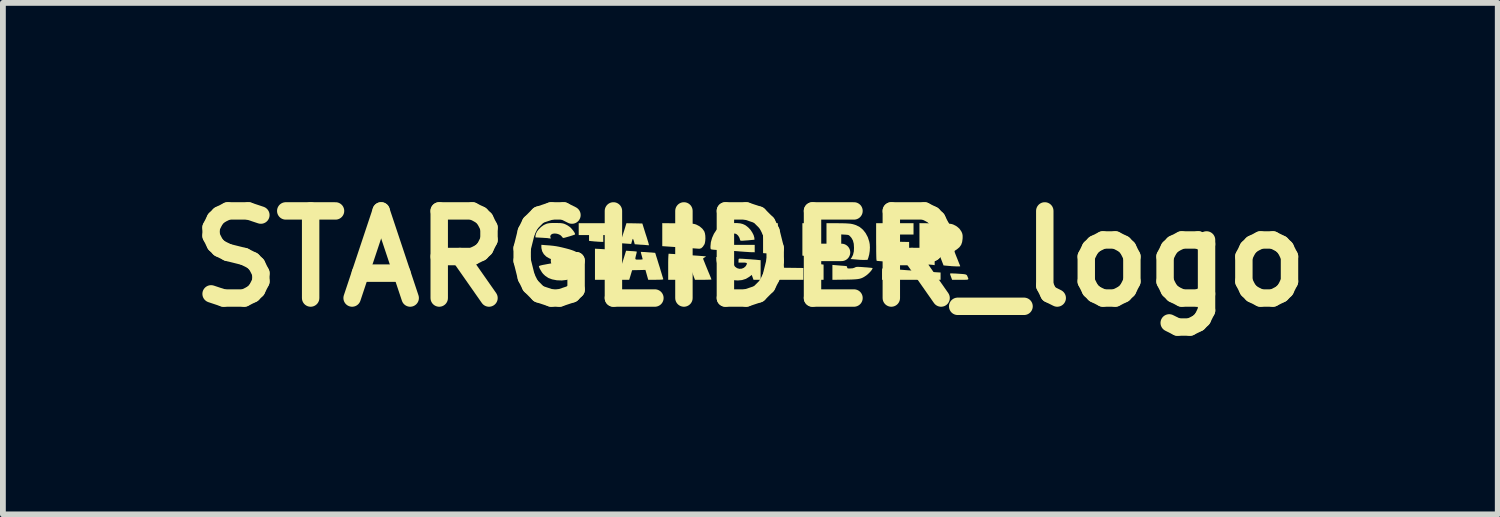
<source format=kicad_pcb>
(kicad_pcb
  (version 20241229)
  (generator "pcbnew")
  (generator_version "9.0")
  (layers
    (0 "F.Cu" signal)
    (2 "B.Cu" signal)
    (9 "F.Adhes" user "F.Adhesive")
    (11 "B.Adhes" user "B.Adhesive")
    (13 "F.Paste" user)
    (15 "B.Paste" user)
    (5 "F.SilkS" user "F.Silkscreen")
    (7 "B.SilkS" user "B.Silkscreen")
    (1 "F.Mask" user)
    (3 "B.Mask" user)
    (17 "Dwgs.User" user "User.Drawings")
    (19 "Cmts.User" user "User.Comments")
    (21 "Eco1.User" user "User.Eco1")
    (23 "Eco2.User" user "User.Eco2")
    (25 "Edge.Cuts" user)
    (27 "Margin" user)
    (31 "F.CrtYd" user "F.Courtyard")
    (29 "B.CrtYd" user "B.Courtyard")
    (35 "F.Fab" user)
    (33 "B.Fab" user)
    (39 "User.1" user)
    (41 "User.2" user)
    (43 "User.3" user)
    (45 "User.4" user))
  (footprint "STARGLIDER_logo"
    (layer "F.Cu")
    (at 9.871 1.404)
    (property "Reference" "STARGLIDER_logo" (at 0 0 0) (layer "F.SilkS") (effects (font (size 1.5 1.5) (thickness 0.3))))
    (attr board_only exclude_from_pos_files exclude_from_bom)
    (fp_poly (pts (xy 1.103 0.088) (xy 1.146 0.091) (xy 1.185 0.094) (xy 1.216 0.097) (xy 1.234 0.099) (xy 1.262 0.103) (xy 1.262 0.234) (xy 1.262 0.364) (xy 1.13 0.364) (xy 0.999 0.364) (xy 0.999 0.223) (xy 0.999 0.082)) (stroke (width 0) (type solid)) (fill yes) (layer "F.SilkS"))
    (fp_poly (pts (xy 3.063 0.223) (xy 3.094 0.226) (xy 3.135 0.229) (xy 3.178 0.233) (xy 3.194 0.234) (xy 3.277 0.239) (xy 3.277 0.302) (xy 3.277 0.364) (xy 3.145 0.364) (xy 3.014 0.364) (xy 3.014 0.291) (xy 3.014 0.218)) (stroke (width 0) (type solid)) (fill yes) (layer "F.SilkS"))
    (fp_poly (pts (xy 1.16 -0.322) (xy 1.16 -0.034) (xy 1.111 -0.035) (xy 1.073 -0.037) (xy 1.032 -0.039) (xy 1.016 -0.04) (xy 0.981 -0.042) (xy 0.947 -0.045) (xy 0.933 -0.047) (xy 0.897 -0.052) (xy 0.897 -0.331) (xy 0.897 -0.61) (xy 1.029 -0.61) (xy 1.16 -0.61)) (stroke (width 0) (type solid)) (fill yes) (layer "F.SilkS"))
    (fp_poly (pts (xy 0.37 0.037) (xy 0.402 0.04) (xy 0.443 0.043) (xy 0.486 0.046) (xy 0.497 0.047) (xy 0.575 0.053) (xy 0.577 0.105) (xy 0.58 0.157) (xy 0.747 0.159) (xy 0.914 0.161) (xy 0.914 0.263) (xy 0.914 0.364) (xy 0.618 0.364) (xy 0.322 0.364) (xy 0.322 0.198) (xy 0.322 0.032)) (stroke (width 0) (type solid)) (fill yes) (layer "F.SilkS"))
    (fp_poly (pts (xy -2.559 -0.165) (xy -2.516 -0.162) (xy -2.479 -0.16) (xy -2.452 -0.158) (xy -2.438 -0.156) (xy -2.436 -0.155) (xy -2.435 -0.146) (xy -2.433 -0.122) (xy -2.432 -0.085) (xy -2.431 -0.038) (xy -2.43 0.018) (xy -2.43 0.08) (xy -2.43 0.106) (xy -2.43 0.364) (xy -2.553 0.364) (xy -2.675 0.364) (xy -2.675 0.096) (xy -2.675 -0.171)) (stroke (width 0) (type solid)) (fill yes) (layer "F.SilkS"))
    (fp_poly (pts (xy 0.076 -0.174) (xy 0.076 -0.11) (xy 0.019 -0.111) (xy -0.01 -0.112) (xy -0.052 -0.115) (xy -0.1 -0.118) (xy -0.151 -0.122) (xy -0.169 -0.123) (xy -0.214 -0.127) (xy -0.253 -0.13) (xy -0.282 -0.132) (xy -0.3 -0.134) (xy -0.303 -0.134) (xy -0.304 -0.143) (xy -0.305 -0.163) (xy -0.305 -0.186) (xy -0.305 -0.237) (xy -0.114 -0.237) (xy 0.076 -0.237)) (stroke (width 0) (type solid)) (fill yes) (layer "F.SilkS"))
    (fp_poly (pts (xy 0.474 -0.343) (xy 0.474 -0.269) (xy 0.474 -0.209) (xy 0.473 -0.164) (xy 0.473 -0.13) (xy 0.471 -0.106) (xy 0.469 -0.091) (xy 0.467 -0.082) (xy 0.464 -0.078) (xy 0.46 -0.077) (xy 0.459 -0.078) (xy 0.446 -0.079) (xy 0.419 -0.081) (xy 0.382 -0.083) (xy 0.34 -0.086) (xy 0.332 -0.087) (xy 0.22 -0.095) (xy 0.22 -0.352) (xy 0.22 -0.61) (xy 0.347 -0.61) (xy 0.474 -0.61)) (stroke (width 0) (type solid)) (fill yes) (layer "F.SilkS"))
    (fp_poly (pts (xy -2.354 -0.508) (xy -2.354 -0.406) (xy -2.443 -0.406) (xy -2.532 -0.406) (xy -2.532 -0.347) (xy -2.532 -0.288) (xy -2.572 -0.289) (xy -2.607 -0.291) (xy -2.643 -0.293) (xy -2.65 -0.294) (xy -2.683 -0.296) (xy -2.719 -0.3) (xy -2.733 -0.301) (xy -2.777 -0.306) (xy -2.777 -0.356) (xy -2.777 -0.406) (xy -2.866 -0.406) (xy -2.955 -0.406) (xy -2.955 -0.508) (xy -2.955 -0.61) (xy -2.654 -0.61) (xy -2.354 -0.61)) (stroke (width 0) (type solid)) (fill yes) (layer "F.SilkS"))
    (fp_poly (pts (xy 2.281 0.17) (xy 2.304 0.172) (xy 2.341 0.174) (xy 2.389 0.177) (xy 2.446 0.181) (xy 2.511 0.186) (xy 2.574 0.19) (xy 2.645 0.195) (xy 2.71 0.2) (xy 2.769 0.204) (xy 2.819 0.207) (xy 2.857 0.21) (xy 2.883 0.211) (xy 2.893 0.212) (xy 2.903 0.213) (xy 2.908 0.217) (xy 2.911 0.229) (xy 2.912 0.252) (xy 2.913 0.288) (xy 2.913 0.364) (xy 2.591 0.364) (xy 2.269 0.364) (xy 2.269 0.267) (xy 2.269 0.228) (xy 2.27 0.197) (xy 2.271 0.176) (xy 2.272 0.169)) (stroke (width 0) (type solid)) (fill yes) (layer "F.SilkS"))
    (fp_poly (pts (xy 3.493 0.255) (xy 3.537 0.257) (xy 3.54 0.257) (xy 3.6 0.261) (xy 3.646 0.264) (xy 3.679 0.267) (xy 3.703 0.271) (xy 3.718 0.277) (xy 3.728 0.284) (xy 3.734 0.293) (xy 3.737 0.3) (xy 3.747 0.324) (xy 3.754 0.34) (xy 3.754 0.352) (xy 3.748 0.359) (xy 3.731 0.363) (xy 3.703 0.364) (xy 3.662 0.364) (xy 3.618 0.364) (xy 3.475 0.364) (xy 3.459 0.32) (xy 3.449 0.293) (xy 3.442 0.271) (xy 3.439 0.263) (xy 3.44 0.258) (xy 3.447 0.256) (xy 3.464 0.254)) (stroke (width 0) (type solid)) (fill yes) (layer "F.SilkS"))
    (fp_poly (pts (xy -1.996 -0.608) (xy -1.859 -0.605) (xy -1.802 -0.423) (xy -1.782 -0.362) (xy -1.768 -0.315) (xy -1.757 -0.281) (xy -1.751 -0.257) (xy -1.747 -0.242) (xy -1.746 -0.234) (xy -1.747 -0.23) (xy -1.749 -0.23) (xy -1.75 -0.23) (xy -1.761 -0.231) (xy -1.785 -0.233) (xy -1.819 -0.236) (xy -1.861 -0.239) (xy -1.874 -0.239) (xy -1.99 -0.248) (xy -2.004 -0.298) (xy -2.012 -0.323) (xy -2.019 -0.338) (xy -2.024 -0.341) (xy -2.029 -0.33) (xy -2.036 -0.308) (xy -2.04 -0.294) (xy -2.051 -0.253) (xy -2.141 -0.259) (xy -2.178 -0.262) (xy -2.209 -0.264) (xy -2.229 -0.267) (xy -2.235 -0.268) (xy -2.236 -0.27) (xy -2.235 -0.275) (xy -2.233 -0.285) (xy -2.229 -0.301) (xy -2.221 -0.326) (xy -2.211 -0.361) (xy -2.196 -0.408) (xy -2.177 -0.468) (xy -2.17 -0.489) (xy -2.133 -0.61)) (stroke (width 0) (type solid)) (fill yes) (layer "F.SilkS"))
    (fp_poly (pts (xy 2.811 -0.512) (xy 2.811 -0.415) (xy 2.616 -0.415) (xy 2.421 -0.415) (xy 2.423 -0.353) (xy 2.426 -0.292) (xy 2.58 -0.29) (xy 2.735 -0.287) (xy 2.735 -0.195) (xy 2.735 -0.102) (xy 2.578 -0.102) (xy 2.421 -0.102) (xy 2.421 -0.034) (xy 2.421 0.034) (xy 2.616 0.034) (xy 2.811 0.034) (xy 2.811 0.059) (xy 2.809 0.077) (xy 2.8 0.083) (xy 2.792 0.084) (xy 2.779 0.083) (xy 2.752 0.081) (xy 2.711 0.078) (xy 2.661 0.074) (xy 2.601 0.07) (xy 2.535 0.066) (xy 2.481 0.062) (xy 2.412 0.057) (xy 2.348 0.052) (xy 2.292 0.048) (xy 2.244 0.044) (xy 2.208 0.041) (xy 2.185 0.039) (xy 2.178 0.038) (xy 2.175 0.033) (xy 2.173 0.021) (xy 2.171 -0.001) (xy 2.17 -0.033) (xy 2.169 -0.078) (xy 2.168 -0.135) (xy 2.168 -0.207) (xy 2.167 -0.288) (xy 2.167 -0.61) (xy 2.489 -0.61) (xy 2.811 -0.61)) (stroke (width 0) (type solid)) (fill yes) (layer "F.SilkS"))
    (fp_poly (pts (xy 1.471 0.113) (xy 1.509 0.116) (xy 1.554 0.12) (xy 1.597 0.123) (xy 1.598 0.123) (xy 1.632 0.126) (xy 1.653 0.129) (xy 1.664 0.134) (xy 1.667 0.141) (xy 1.668 0.149) (xy 1.669 0.16) (xy 1.675 0.166) (xy 1.69 0.169) (xy 1.717 0.169) (xy 1.721 0.169) (xy 1.765 0.166) (xy 1.797 0.155) (xy 1.799 0.154) (xy 1.81 0.148) (xy 1.822 0.144) (xy 1.838 0.142) (xy 1.861 0.142) (xy 1.894 0.143) (xy 1.939 0.146) (xy 1.962 0.148) (xy 2.008 0.151) (xy 2.049 0.155) (xy 2.08 0.158) (xy 2.1 0.161) (xy 2.105 0.163) (xy 2.104 0.173) (xy 2.093 0.192) (xy 2.075 0.216) (xy 2.051 0.242) (xy 2.025 0.267) (xy 1.998 0.289) (xy 1.989 0.295) (xy 1.962 0.313) (xy 1.937 0.327) (xy 1.911 0.338) (xy 1.884 0.346) (xy 1.852 0.352) (xy 1.812 0.356) (xy 1.762 0.359) (xy 1.701 0.361) (xy 1.632 0.362) (xy 1.414 0.365) (xy 1.414 0.237) (xy 1.414 0.108)) (stroke (width 0) (type solid)) (fill yes) (layer "F.SilkS"))
    (fp_poly (pts (xy -1.247 -0.608) (xy -1.172 -0.607) (xy -1.112 -0.606) (xy -1.064 -0.605) (xy -1.028 -0.604) (xy -1 -0.602) (xy -0.979 -0.599) (xy -0.962 -0.596) (xy -0.947 -0.592) (xy -0.933 -0.587) (xy -0.928 -0.585) (xy -0.873 -0.556) (xy -0.827 -0.517) (xy -0.793 -0.471) (xy -0.793 -0.47) (xy -0.782 -0.439) (xy -0.775 -0.397) (xy -0.773 -0.35) (xy -0.776 -0.304) (xy -0.783 -0.265) (xy -0.79 -0.246) (xy -0.817 -0.205) (xy -0.845 -0.179) (xy -0.873 -0.171) (xy -0.876 -0.171) (xy -0.89 -0.171) (xy -0.919 -0.173) (xy -0.961 -0.176) (xy -1.013 -0.18) (xy -1.074 -0.184) (xy -1.141 -0.189) (xy -1.209 -0.194) (xy -1.516 -0.215) (xy -1.516 -0.346) (xy -1.253 -0.346) (xy -1.253 -0.26) (xy -1.179 -0.264) (xy -1.137 -0.268) (xy -1.102 -0.274) (xy -1.079 -0.282) (xy -1.078 -0.282) (xy -1.055 -0.298) (xy -1.044 -0.318) (xy -1.041 -0.348) (xy -1.047 -0.381) (xy -1.063 -0.405) (xy -1.092 -0.42) (xy -1.134 -0.429) (xy -1.185 -0.432) (xy -1.253 -0.432) (xy -1.253 -0.346) (xy -1.516 -0.346) (xy -1.516 -0.413) (xy -1.516 -0.611)) (stroke (width 0) (type solid)) (fill yes) (layer "F.SilkS"))
    (fp_poly (pts (xy -0.493 -0.022) (xy -0.45 -0.019) (xy -0.408 -0.016) (xy -0.374 -0.013) (xy -0.359 -0.012) (xy -0.316 -0.007) (xy -0.306 0.045) (xy -0.29 0.098) (xy -0.264 0.138) (xy -0.228 0.164) (xy -0.189 0.175) (xy -0.148 0.173) (xy -0.111 0.158) (xy -0.081 0.132) (xy -0.075 0.123) (xy -0.062 0.099) (xy -0.058 0.083) (xy -0.066 0.074) (xy -0.088 0.069) (xy -0.124 0.068) (xy -0.131 0.068) (xy -0.203 0.068) (xy -0.203 0.034) (xy -0.202 0.012) (xy -0.196 0.002) (xy -0.184 0.000034) (xy -0.167 0.001) (xy -0.137 0.002) (xy -0.098 0.005) (xy -0.052 0.008) (xy -0.004 0.011) (xy 0.043 0.015) (xy 0.085 0.018) (xy 0.118 0.021) (xy 0.125 0.022) (xy 0.178 0.027) (xy 0.178 0.195) (xy 0.178 0.364) (xy 0.116 0.364) (xy 0.055 0.364) (xy 0.04 0.322) (xy 0.025 0.28) (xy -0.017 0.313) (xy -0.075 0.348) (xy -0.142 0.369) (xy -0.215 0.376) (xy -0.274 0.372) (xy -0.343 0.354) (xy -0.407 0.321) (xy -0.465 0.277) (xy -0.512 0.224) (xy -0.536 0.185) (xy -0.556 0.137) (xy -0.572 0.086) (xy -0.582 0.037) (xy -0.584 0.006) (xy -0.584 -0.028)) (stroke (width 0) (type solid)) (fill yes) (layer "F.SilkS"))
    (fp_poly (pts (xy -0.223 -0.612) (xy -0.172 -0.607) (xy -0.129 -0.596) (xy -0.092 -0.579) (xy -0.057 -0.555) (xy -0.03 -0.532) (xy 0.005 -0.494) (xy 0.034 -0.45) (xy 0.057 -0.405) (xy 0.069 -0.363) (xy 0.07 -0.355) (xy 0.072 -0.326) (xy -0.042 -0.315) (xy -0.085 -0.312) (xy -0.122 -0.309) (xy -0.149 -0.308) (xy -0.165 -0.308) (xy -0.166 -0.308) (xy -0.174 -0.318) (xy -0.181 -0.338) (xy -0.181 -0.342) (xy -0.191 -0.367) (xy -0.208 -0.394) (xy -0.215 -0.402) (xy -0.235 -0.42) (xy -0.253 -0.429) (xy -0.277 -0.432) (xy -0.286 -0.432) (xy -0.326 -0.426) (xy -0.357 -0.409) (xy -0.381 -0.38) (xy -0.398 -0.336) (xy -0.409 -0.279) (xy -0.413 -0.231) (xy -0.417 -0.144) (xy -0.473 -0.146) (xy -0.513 -0.147) (xy -0.556 -0.149) (xy -0.58 -0.15) (xy -0.613 -0.152) (xy -0.644 -0.155) (xy -0.658 -0.157) (xy -0.674 -0.16) (xy -0.682 -0.167) (xy -0.685 -0.18) (xy -0.686 -0.206) (xy -0.686 -0.21) (xy -0.679 -0.284) (xy -0.658 -0.358) (xy -0.626 -0.429) (xy -0.585 -0.491) (xy -0.551 -0.528) (xy -0.514 -0.559) (xy -0.478 -0.582) (xy -0.441 -0.598) (xy -0.398 -0.607) (xy -0.345 -0.612) (xy -0.288 -0.613)) (stroke (width 0) (type solid)) (fill yes) (layer "F.SilkS"))
    (fp_poly (pts (xy -3.308 -0.613) (xy -3.271 -0.612) (xy -3.244 -0.609) (xy -3.222 -0.605) (xy -3.2 -0.598) (xy -3.188 -0.593) (xy -3.15 -0.574) (xy -3.112 -0.548) (xy -3.096 -0.535) (xy -3.072 -0.509) (xy -3.05 -0.482) (xy -3.032 -0.456) (xy -3.02 -0.434) (xy -3.017 -0.419) (xy -3.018 -0.417) (xy -3.028 -0.412) (xy -3.051 -0.404) (xy -3.081 -0.394) (xy -3.116 -0.383) (xy -3.152 -0.373) (xy -3.183 -0.364) (xy -3.207 -0.358) (xy -3.218 -0.356) (xy -3.232 -0.362) (xy -3.242 -0.376) (xy -3.263 -0.399) (xy -3.293 -0.417) (xy -3.33 -0.429) (xy -3.368 -0.433) (xy -3.402 -0.429) (xy -3.427 -0.416) (xy -3.429 -0.415) (xy -3.444 -0.392) (xy -3.444 -0.37) (xy -3.436 -0.357) (xy -3.432 -0.35) (xy -3.442 -0.348) (xy -3.446 -0.348) (xy -3.466 -0.349) (xy -3.476 -0.351) (xy -3.487 -0.353) (xy -3.512 -0.355) (xy -3.546 -0.357) (xy -3.587 -0.36) (xy -3.592 -0.36) (xy -3.7 -0.366) (xy -3.7 -0.388) (xy -3.692 -0.427) (xy -3.672 -0.469) (xy -3.64 -0.51) (xy -3.601 -0.547) (xy -3.558 -0.578) (xy -3.526 -0.593) (xy -3.504 -0.602) (xy -3.482 -0.607) (xy -3.458 -0.611) (xy -3.427 -0.613) (xy -3.385 -0.614) (xy -3.357 -0.614)) (stroke (width 0) (type solid)) (fill yes) (layer "F.SilkS"))
    (fp_poly (pts (xy -1.392 -0.084) (xy -1.365 -0.082) (xy -1.326 -0.08) (xy -1.278 -0.077) (xy -1.222 -0.073) (xy -1.162 -0.069) (xy -1.098 -0.064) (xy -1.035 -0.06) (xy -0.973 -0.055) (xy -0.915 -0.051) (xy -0.863 -0.047) (xy -0.82 -0.044) (xy -0.789 -0.041) (xy -0.77 -0.04) (xy -0.766 -0.039) (xy -0.767 -0.034) (xy -0.78 -0.025) (xy -0.785 -0.022) (xy -0.803 -0.011) (xy -0.813 -0.001) (xy -0.813 0.000183) (xy -0.81 0.01) (xy -0.801 0.033) (xy -0.787 0.067) (xy -0.77 0.11) (xy -0.75 0.159) (xy -0.741 0.181) (xy -0.72 0.232) (xy -0.701 0.277) (xy -0.686 0.314) (xy -0.675 0.342) (xy -0.67 0.357) (xy -0.669 0.359) (xy -0.677 0.361) (xy -0.699 0.362) (xy -0.733 0.363) (xy -0.775 0.364) (xy -0.811 0.364) (xy -0.953 0.364) (xy -0.965 0.332) (xy -0.972 0.314) (xy -0.983 0.283) (xy -0.999 0.243) (xy -1.016 0.198) (xy -1.026 0.171) (xy -1.077 0.042) (xy -1.114 0.042) (xy -1.151 0.042) (xy -1.151 0.203) (xy -1.151 0.364) (xy -1.283 0.364) (xy -1.414 0.364) (xy -1.414 0.14) (xy -1.414 0.064) (xy -1.413 0.004) (xy -1.411 -0.039) (xy -1.409 -0.068) (xy -1.407 -0.083) (xy -1.405 -0.085)) (stroke (width 0) (type solid)) (fill yes) (layer "F.SilkS"))
    (fp_poly (pts (xy 1.496 -0.61) (xy 1.571 -0.609) (xy 1.632 -0.608) (xy 1.681 -0.605) (xy 1.721 -0.602) (xy 1.755 -0.596) (xy 1.786 -0.588) (xy 1.816 -0.578) (xy 1.822 -0.576) (xy 1.885 -0.544) (xy 1.941 -0.497) (xy 1.987 -0.438) (xy 2.024 -0.369) (xy 2.049 -0.291) (xy 2.057 -0.248) (xy 2.06 -0.193) (xy 2.057 -0.132) (xy 2.048 -0.072) (xy 2.034 -0.02) (xy 2.034 -0.019) (xy 2.019 0.021) (xy 1.968 0.022) (xy 1.934 0.022) (xy 1.9 0.021) (xy 1.884 0.02) (xy 1.858 0.018) (xy 1.823 0.015) (xy 1.789 0.012) (xy 1.727 0.007) (xy 1.745 -0.018) (xy 1.769 -0.065) (xy 1.783 -0.124) (xy 1.786 -0.186) (xy 1.782 -0.256) (xy 1.767 -0.313) (xy 1.741 -0.359) (xy 1.727 -0.375) (xy 1.71 -0.393) (xy 1.696 -0.404) (xy 1.678 -0.409) (xy 1.653 -0.412) (xy 1.631 -0.413) (xy 1.566 -0.417) (xy 1.566 -0.208) (xy 1.566 -0.143) (xy 1.566 -0.093) (xy 1.565 -0.056) (xy 1.564 -0.031) (xy 1.562 -0.015) (xy 1.56 -0.006) (xy 1.556 -0.003) (xy 1.552 -0.003) (xy 1.552 -0.003) (xy 1.538 -0.005) (xy 1.511 -0.008) (xy 1.474 -0.01) (xy 1.432 -0.013) (xy 1.425 -0.013) (xy 1.312 -0.019) (xy 1.312 -0.314) (xy 1.312 -0.61)) (stroke (width 0) (type solid)) (fill yes) (layer "F.SilkS"))
    (fp_poly (pts (xy -3.524 -0.232) (xy -3.453 -0.227) (xy -3.395 -0.221) (xy -3.344 -0.214) (xy -3.296 -0.205) (xy -3.246 -0.194) (xy -3.19 -0.18) (xy -3.185 -0.179) (xy -3.121 -0.162) (xy -3.071 -0.146) (xy -3.033 -0.132) (xy -3.002 -0.117) (xy -2.978 -0.101) (xy -2.957 -0.081) (xy -2.946 -0.07) (xy -2.913 -0.02) (xy -2.894 0.037) (xy -2.888 0.097) (xy -2.897 0.158) (xy -2.92 0.216) (xy -2.938 0.244) (xy -2.979 0.287) (xy -3.032 0.322) (xy -3.096 0.349) (xy -3.168 0.367) (xy -3.245 0.376) (xy -3.325 0.373) (xy -3.336 0.372) (xy -3.413 0.357) (xy -3.477 0.333) (xy -3.532 0.296) (xy -3.567 0.263) (xy -3.587 0.238) (xy -3.606 0.207) (xy -3.624 0.176) (xy -3.636 0.148) (xy -3.641 0.13) (xy -3.633 0.125) (xy -3.61 0.117) (xy -3.576 0.109) (xy -3.537 0.102) (xy -3.496 0.094) (xy -3.461 0.088) (xy -3.434 0.083) (xy -3.421 0.08) (xy -3.421 0.08) (xy -3.408 0.085) (xy -3.393 0.103) (xy -3.389 0.109) (xy -3.36 0.144) (xy -3.319 0.167) (xy -3.269 0.176) (xy -3.238 0.176) (xy -3.194 0.17) (xy -3.165 0.156) (xy -3.152 0.136) (xy -3.153 0.115) (xy -3.159 0.102) (xy -3.17 0.09) (xy -3.189 0.079) (xy -3.218 0.068) (xy -3.26 0.056) (xy -3.307 0.044) (xy -3.353 0.032) (xy -3.398 0.018) (xy -3.438 0.005) (xy -3.462 -0.005) (xy -3.515 -0.036) (xy -3.556 -0.077) (xy -3.584 -0.126) (xy -3.597 -0.18) (xy -3.598 -0.197) (xy -3.598 -0.238)) (stroke (width 0) (type solid)) (fill yes) (layer "F.SilkS"))
    (fp_poly (pts (xy -2.05 -0.13) (xy -2.013 -0.128) (xy -1.982 -0.125) (xy -1.962 -0.123) (xy -1.956 -0.121) (xy -1.956 -0.112) (xy -1.96 -0.091) (xy -1.967 -0.064) (xy -1.976 -0.027) (xy -1.98 -0.003) (xy -1.977 0.01) (xy -1.963 0.016) (xy -1.939 0.017) (xy -1.918 0.017) (xy -1.887 0.016) (xy -1.865 0.014) (xy -1.854 0.011) (xy -1.854 0.011) (xy -1.856 -0.000204) (xy -1.862 -0.023) (xy -1.87 -0.052) (xy -1.871 -0.055) (xy -1.879 -0.084) (xy -1.884 -0.105) (xy -1.885 -0.116) (xy -1.885 -0.116) (xy -1.876 -0.116) (xy -1.854 -0.115) (xy -1.823 -0.114) (xy -1.786 -0.111) (xy -1.746 -0.108) (xy -1.708 -0.106) (xy -1.675 -0.103) (xy -1.651 -0.101) (xy -1.639 -0.099) (xy -1.638 -0.099) (xy -1.63 -0.076) (xy -1.62 -0.042) (xy -1.606 0.001) (xy -1.591 0.05) (xy -1.575 0.102) (xy -1.558 0.155) (xy -1.543 0.207) (xy -1.528 0.255) (xy -1.516 0.296) (xy -1.506 0.328) (xy -1.5 0.348) (xy -1.499 0.355) (xy -1.506 0.359) (xy -1.529 0.362) (xy -1.568 0.363) (xy -1.623 0.364) (xy -1.628 0.364) (xy -1.758 0.364) (xy -1.782 0.279) (xy -1.806 0.194) (xy -1.92 0.197) (xy -2.035 0.199) (xy -2.06 0.282) (xy -2.085 0.364) (xy -2.191 0.364) (xy -2.237 0.364) (xy -2.267 0.362) (xy -2.285 0.36) (xy -2.292 0.356) (xy -2.292 0.353) (xy -2.289 0.343) (xy -2.281 0.318) (xy -2.27 0.282) (xy -2.255 0.235) (xy -2.238 0.181) (xy -2.219 0.122) (xy -2.214 0.104) (xy -2.139 -0.136)) (stroke (width 0) (type solid)) (fill yes) (layer "F.SilkS"))
    (fp_poly (pts (xy 3.181 -0.608) (xy 3.256 -0.607) (xy 3.316 -0.606) (xy 3.364 -0.605) (xy 3.4 -0.604) (xy 3.428 -0.602) (xy 3.449 -0.599) (xy 3.466 -0.596) (xy 3.481 -0.592) (xy 3.495 -0.587) (xy 3.5 -0.585) (xy 3.556 -0.555) (xy 3.602 -0.515) (xy 3.635 -0.467) (xy 3.641 -0.455) (xy 3.651 -0.429) (xy 3.656 -0.403) (xy 3.657 -0.373) (xy 3.656 -0.343) (xy 3.648 -0.285) (xy 3.631 -0.237) (xy 3.601 -0.196) (xy 3.558 -0.16) (xy 3.526 -0.139) (xy 3.521 -0.135) (xy 3.518 -0.128) (xy 3.519 -0.116) (xy 3.525 -0.098) (xy 3.536 -0.069) (xy 3.552 -0.029) (xy 3.563 -0.002) (xy 3.58 0.041) (xy 3.595 0.079) (xy 3.607 0.108) (xy 3.614 0.126) (xy 3.615 0.131) (xy 3.607 0.133) (xy 3.586 0.134) (xy 3.554 0.134) (xy 3.515 0.132) (xy 3.471 0.13) (xy 3.441 0.127) (xy 3.404 0.124) (xy 3.381 0.122) (xy 3.328 0.117) (xy 3.289 0.016) (xy 3.25 -0.085) (xy 3.212 -0.085) (xy 3.175 -0.085) (xy 3.175 0.014) (xy 3.175 0.112) (xy 3.139 0.107) (xy 3.116 0.105) (xy 3.08 0.102) (xy 3.039 0.099) (xy 3.008 0.097) (xy 2.913 0.091) (xy 2.913 -0.26) (xy 2.913 -0.346) (xy 3.175 -0.346) (xy 3.175 -0.26) (xy 3.249 -0.264) (xy 3.291 -0.268) (xy 3.326 -0.274) (xy 3.349 -0.282) (xy 3.35 -0.282) (xy 3.373 -0.298) (xy 3.384 -0.318) (xy 3.387 -0.348) (xy 3.381 -0.381) (xy 3.365 -0.405) (xy 3.337 -0.42) (xy 3.294 -0.429) (xy 3.243 -0.432) (xy 3.175 -0.432) (xy 3.175 -0.346) (xy 2.913 -0.346) (xy 2.913 -0.611)) (stroke (width 0) (type solid)) (fill yes) (layer "F.SilkS")))
  (gr_rect
    (start -3 -3)
    (end 22.743 5.808)
    (stroke (width 0.1) (type default))
    (fill no)
    (layer "Edge.Cuts")))
</source>
